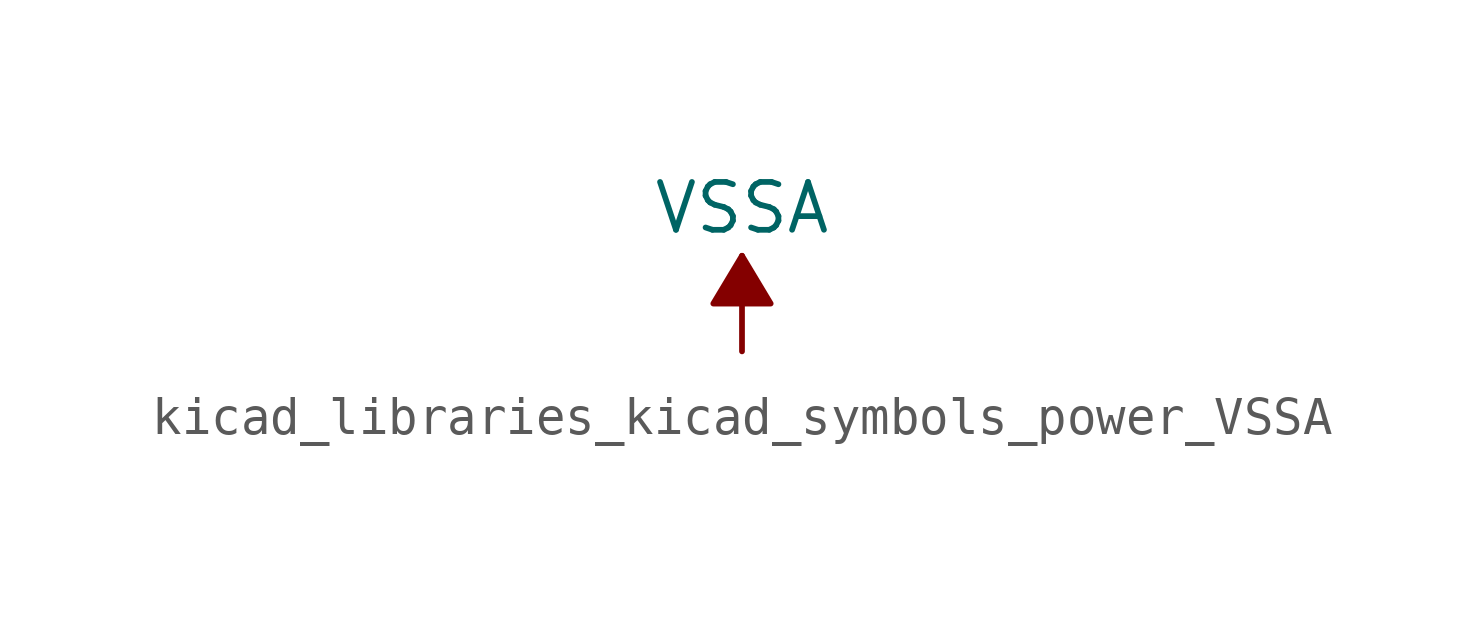
<source format=kicad_sym>
(kicad_symbol_lib
  (version 20220914)
  (generator kicad_symbol_editor)
  (symbol "kicad_libraries_kicad_symbols_power_VSSA"
    (power)
    (pin_names
      (offset 0))
    (property "Reference" "#PWR"
      (at 0 -3.81 0)
      (effects (font (size 1.27 1.27)) hide))
    (property "Value" "VSSA"
      (at 0 3.81 0)
      (effects (font (size 1.27 1.27))))
    (symbol "kicad_libraries_kicad_symbols_power_VSSA_0_1"
      (polyline (pts (xy 0 0) (xy 0 2.54)) (stroke (width 0) (type default)) (fill (type none)))
      (polyline (pts (xy 0.762 1.27) (xy -0.762 1.27) (xy 0 2.54) (xy 0.762 1.27)) (stroke (width 0) (type default)) (fill (type outline))))
    (symbol "kicad_libraries_kicad_symbols_power_VSSA_1_1"
      (pin power_in line (at 0 0 90) (length 0) hide (name "VSSA" (effects (font (size 1.27 1.27)))) (number "1" (effects (font (size 1.27 1.27))))))))
</source>
